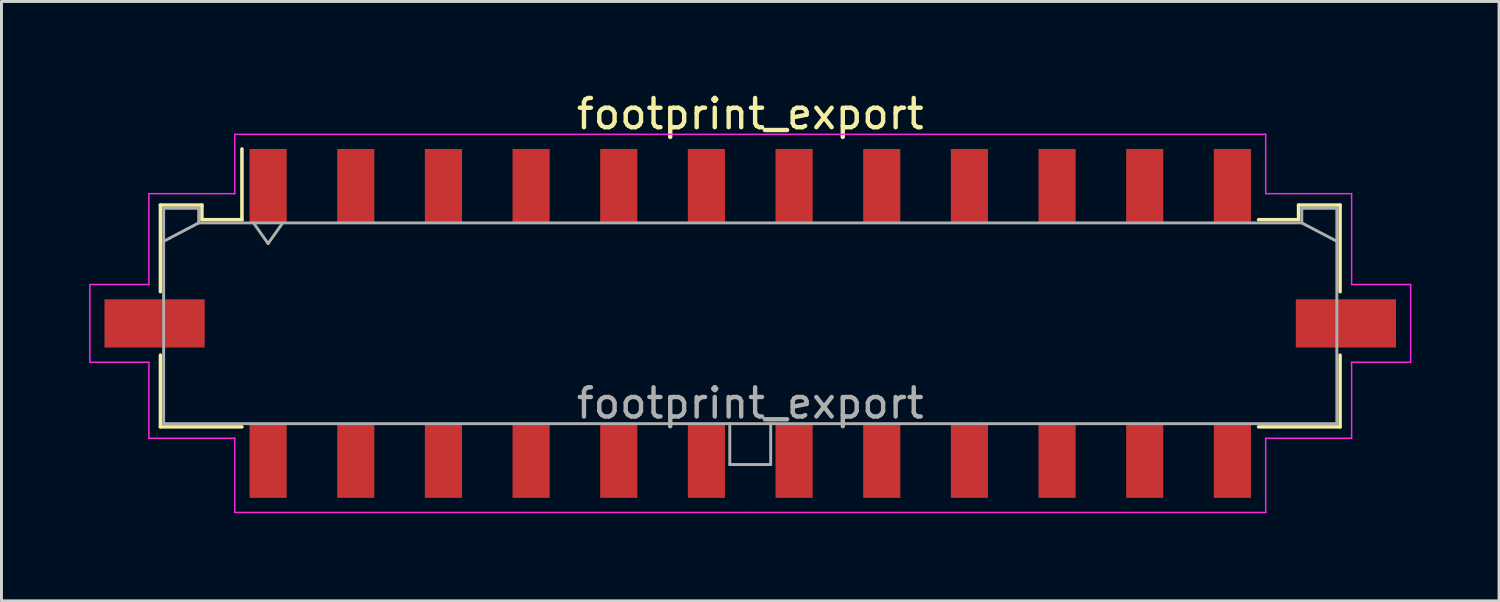
<source format=kicad_pcb>
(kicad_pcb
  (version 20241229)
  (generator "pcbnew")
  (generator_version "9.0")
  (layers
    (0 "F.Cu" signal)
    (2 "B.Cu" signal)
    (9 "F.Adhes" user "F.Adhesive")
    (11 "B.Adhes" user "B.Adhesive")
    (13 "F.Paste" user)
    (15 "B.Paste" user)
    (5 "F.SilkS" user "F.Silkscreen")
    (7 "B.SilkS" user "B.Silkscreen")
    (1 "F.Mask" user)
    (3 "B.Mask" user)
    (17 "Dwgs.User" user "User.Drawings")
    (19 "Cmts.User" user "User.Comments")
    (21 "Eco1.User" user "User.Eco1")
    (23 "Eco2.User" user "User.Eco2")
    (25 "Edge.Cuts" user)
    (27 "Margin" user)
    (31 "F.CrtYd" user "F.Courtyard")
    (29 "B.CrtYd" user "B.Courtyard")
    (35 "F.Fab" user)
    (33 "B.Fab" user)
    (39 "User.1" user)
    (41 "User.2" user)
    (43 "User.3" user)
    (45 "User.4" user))
  (footprint "footprint_export"
    (layer "F.Cu")
    (at 22.625 8.018)
    (property "Reference" "footprint_export" (at 0 -7.17 0) (layer "F.SilkS") (effects (font (size 1 1) (thickness 0.15))))
    (attr smd)
    (fp_line (start -20.185 -4.05) (end -18.765 -4.05) (stroke (width 0.12) (type solid)) (layer "F.SilkS"))
    (fp_line (start -20.185 -1.085) (end -20.185 -4.05) (stroke (width 0.12) (type solid)) (layer "F.SilkS"))
    (fp_line (start -20.185 1.085) (end -20.185 3.54) (stroke (width 0.12) (type solid)) (layer "F.SilkS"))
    (fp_line (start -20.185 3.54) (end -17.395 3.54) (stroke (width 0.12) (type solid)) (layer "F.SilkS"))
    (fp_line (start -18.765 -4.05) (end -18.765 -3.55) (stroke (width 0.12) (type solid)) (layer "F.SilkS"))
    (fp_line (start -18.765 -3.55) (end -17.395 -3.55) (stroke (width 0.12) (type solid)) (layer "F.SilkS"))
    (fp_line (start -17.395 -3.55) (end -17.395 -5.97) (stroke (width 0.12) (type solid)) (layer "F.SilkS"))
    (fp_line (start 18.765 -4.05) (end 18.765 -3.55) (stroke (width 0.12) (type solid)) (layer "F.SilkS"))
    (fp_line (start 18.765 -3.55) (end 17.395 -3.55) (stroke (width 0.12) (type solid)) (layer "F.SilkS"))
    (fp_line (start 20.185 -4.05) (end 18.765 -4.05) (stroke (width 0.12) (type solid)) (layer "F.SilkS"))
    (fp_line (start 20.185 -1.085) (end 20.185 -4.05) (stroke (width 0.12) (type solid)) (layer "F.SilkS"))
    (fp_line (start 20.185 1.085) (end 20.185 3.54) (stroke (width 0.12) (type solid)) (layer "F.SilkS"))
    (fp_line (start 20.185 3.54) (end 17.395 3.54) (stroke (width 0.12) (type solid)) (layer "F.SilkS"))
    (fp_line (start -22.6 -1.33) (end -22.6 1.33) (stroke (width 0.05) (type solid)) (layer "F.CrtYd"))
    (fp_line (start -22.6 1.33) (end -20.58 1.33) (stroke (width 0.05) (type solid)) (layer "F.CrtYd"))
    (fp_line (start -20.58 -4.44) (end -20.58 -1.33) (stroke (width 0.05) (type solid)) (layer "F.CrtYd"))
    (fp_line (start -20.58 -1.33) (end -22.6 -1.33) (stroke (width 0.05) (type solid)) (layer "F.CrtYd"))
    (fp_line (start -20.58 1.33) (end -20.58 3.93) (stroke (width 0.05) (type solid)) (layer "F.CrtYd"))
    (fp_line (start -20.58 3.93) (end -17.64 3.93) (stroke (width 0.05) (type solid)) (layer "F.CrtYd"))
    (fp_line (start -17.64 -6.47) (end -17.64 -4.44) (stroke (width 0.05) (type solid)) (layer "F.CrtYd"))
    (fp_line (start -17.64 -4.44) (end -20.58 -4.44) (stroke (width 0.05) (type solid)) (layer "F.CrtYd"))
    (fp_line (start -17.64 3.93) (end -17.64 6.47) (stroke (width 0.05) (type solid)) (layer "F.CrtYd"))
    (fp_line (start -17.64 6.47) (end 0 6.47) (stroke (width 0.05) (type solid)) (layer "F.CrtYd"))
    (fp_line (start 0 -6.47) (end -17.64 -6.47) (stroke (width 0.05) (type solid)) (layer "F.CrtYd"))
    (fp_line (start 0 -6.47) (end 17.64 -6.47) (stroke (width 0.05) (type solid)) (layer "F.CrtYd"))
    (fp_line (start 17.64 -6.47) (end 17.64 -4.44) (stroke (width 0.05) (type solid)) (layer "F.CrtYd"))
    (fp_line (start 17.64 -4.44) (end 20.58 -4.44) (stroke (width 0.05) (type solid)) (layer "F.CrtYd"))
    (fp_line (start 17.64 3.93) (end 17.64 6.47) (stroke (width 0.05) (type solid)) (layer "F.CrtYd"))
    (fp_line (start 17.64 6.47) (end 0 6.47) (stroke (width 0.05) (type solid)) (layer "F.CrtYd"))
    (fp_line (start 20.58 -4.44) (end 20.58 -1.33) (stroke (width 0.05) (type solid)) (layer "F.CrtYd"))
    (fp_line (start 20.58 -1.33) (end 22.6 -1.33) (stroke (width 0.05) (type solid)) (layer "F.CrtYd"))
    (fp_line (start 20.58 1.33) (end 20.58 3.93) (stroke (width 0.05) (type solid)) (layer "F.CrtYd"))
    (fp_line (start 20.58 3.93) (end 17.64 3.93) (stroke (width 0.05) (type solid)) (layer "F.CrtYd"))
    (fp_line (start 22.6 -1.33) (end 22.6 1.33) (stroke (width 0.05) (type solid)) (layer "F.CrtYd"))
    (fp_line (start 22.6 1.33) (end 20.58 1.33) (stroke (width 0.05) (type solid)) (layer "F.CrtYd"))
    (fp_line (start -20.075 -3.94) (end -20.075 3.43) (stroke (width 0.1) (type solid)) (layer "F.Fab"))
    (fp_line (start -20.075 -2.81) (end -18.875 -3.44) (stroke (width 0.1) (type solid)) (layer "F.Fab"))
    (fp_line (start -20.075 3.43) (end 20.075 3.43) (stroke (width 0.1) (type solid)) (layer "F.Fab"))
    (fp_line (start -18.875 -3.94) (end -20.075 -3.94) (stroke (width 0.1) (type solid)) (layer "F.Fab"))
    (fp_line (start -18.875 -3.44) (end -18.875 -3.94) (stroke (width 0.1) (type solid)) (layer "F.Fab"))
    (fp_line (start -17 -3.44) (end -16.5 -2.733) (stroke (width 0.1) (type solid)) (layer "F.Fab"))
    (fp_line (start -16.5 -2.733) (end -16 -3.44) (stroke (width 0.1) (type solid)) (layer "F.Fab"))
    (fp_line (start -0.7 3.43) (end -0.7 4.83) (stroke (width 0.1) (type solid)) (layer "F.Fab"))
    (fp_line (start -0.7 4.83) (end 0.7 4.83) (stroke (width 0.1) (type solid)) (layer "F.Fab"))
    (fp_line (start 0.7 4.83) (end 0.7 3.43) (stroke (width 0.1) (type solid)) (layer "F.Fab"))
    (fp_line (start 18.875 -3.94) (end 18.875 -3.44) (stroke (width 0.1) (type solid)) (layer "F.Fab"))
    (fp_line (start 18.875 -3.44) (end -18.875 -3.44) (stroke (width 0.1) (type solid)) (layer "F.Fab"))
    (fp_line (start 20.075 -3.94) (end 18.875 -3.94) (stroke (width 0.1) (type solid)) (layer "F.Fab"))
    (fp_line (start 20.075 -2.81) (end 18.875 -3.44) (stroke (width 0.1) (type solid)) (layer "F.Fab"))
    (fp_line (start 20.075 3.43) (end 20.075 -3.94) (stroke (width 0.1) (type solid)) (layer "F.Fab"))
    (fp_text user "${REFERENCE}" (at 0 2.73 0) (layer "F.Fab") (effects (font (size 1 1) (thickness 0.15))))
    (pad "1" smd rect (at -16.5 -4.7) (size 1.27 2.54) (layers "F.Cu" "F.Mask" "F.Paste"))
    (pad "2" smd rect (at -13.5 -4.7) (size 1.27 2.54) (layers "F.Cu" "F.Mask" "F.Paste"))
    (pad "3" smd rect (at -10.5 -4.7) (size 1.27 2.54) (layers "F.Cu" "F.Mask" "F.Paste"))
    (pad "4" smd rect (at -7.5 -4.7) (size 1.27 2.54) (layers "F.Cu" "F.Mask" "F.Paste"))
    (pad "5" smd rect (at -4.5 -4.7) (size 1.27 2.54) (layers "F.Cu" "F.Mask" "F.Paste"))
    (pad "6" smd rect (at -1.5 -4.7) (size 1.27 2.54) (layers "F.Cu" "F.Mask" "F.Paste"))
    (pad "7" smd rect (at 1.5 -4.7) (size 1.27 2.54) (layers "F.Cu" "F.Mask" "F.Paste"))
    (pad "8" smd rect (at 4.5 -4.7) (size 1.27 2.54) (layers "F.Cu" "F.Mask" "F.Paste"))
    (pad "9" smd rect (at 7.5 -4.7) (size 1.27 2.54) (layers "F.Cu" "F.Mask" "F.Paste"))
    (pad "10" smd rect (at 10.5 -4.7) (size 1.27 2.54) (layers "F.Cu" "F.Mask" "F.Paste"))
    (pad "11" smd rect (at 13.5 -4.7) (size 1.27 2.54) (layers "F.Cu" "F.Mask" "F.Paste"))
    (pad "12" smd rect (at 16.5 -4.7) (size 1.27 2.54) (layers "F.Cu" "F.Mask" "F.Paste"))
    (pad "13" smd rect (at -16.5 4.7) (size 1.27 2.54) (layers "F.Cu" "F.Mask" "F.Paste"))
    (pad "14" smd rect (at -13.5 4.7) (size 1.27 2.54) (layers "F.Cu" "F.Mask" "F.Paste"))
    (pad "15" smd rect (at -10.5 4.7) (size 1.27 2.54) (layers "F.Cu" "F.Mask" "F.Paste"))
    (pad "16" smd rect (at -7.5 4.7) (size 1.27 2.54) (layers "F.Cu" "F.Mask" "F.Paste"))
    (pad "17" smd rect (at -4.5 4.7) (size 1.27 2.54) (layers "F.Cu" "F.Mask" "F.Paste"))
    (pad "18" smd rect (at -1.5 4.7) (size 1.27 2.54) (layers "F.Cu" "F.Mask" "F.Paste"))
    (pad "19" smd rect (at 1.5 4.7) (size 1.27 2.54) (layers "F.Cu" "F.Mask" "F.Paste"))
    (pad "20" smd rect (at 4.5 4.7) (size 1.27 2.54) (layers "F.Cu" "F.Mask" "F.Paste"))
    (pad "21" smd rect (at 7.5 4.7) (size 1.27 2.54) (layers "F.Cu" "F.Mask" "F.Paste"))
    (pad "22" smd rect (at 10.5 4.7) (size 1.27 2.54) (layers "F.Cu" "F.Mask" "F.Paste"))
    (pad "23" smd rect (at 13.5 4.7) (size 1.27 2.54) (layers "F.Cu" "F.Mask" "F.Paste"))
    (pad "24" smd rect (at 16.5 4.7) (size 1.27 2.54) (layers "F.Cu" "F.Mask" "F.Paste"))
    (pad "MP" smd rect (at -20.385 0) (size 3.43 1.65) (layers "F.Cu" "F.Mask" "F.Paste"))
    (pad "MP" smd rect (at 20.385 0) (size 3.43 1.65) (layers "F.Cu" "F.Mask" "F.Paste")))
  (gr_rect
    (start -3 -3)
    (end 48.25 17.513)
    (stroke (width 0.1) (type default))
    (fill no)
    (layer "Edge.Cuts")))
</source>
